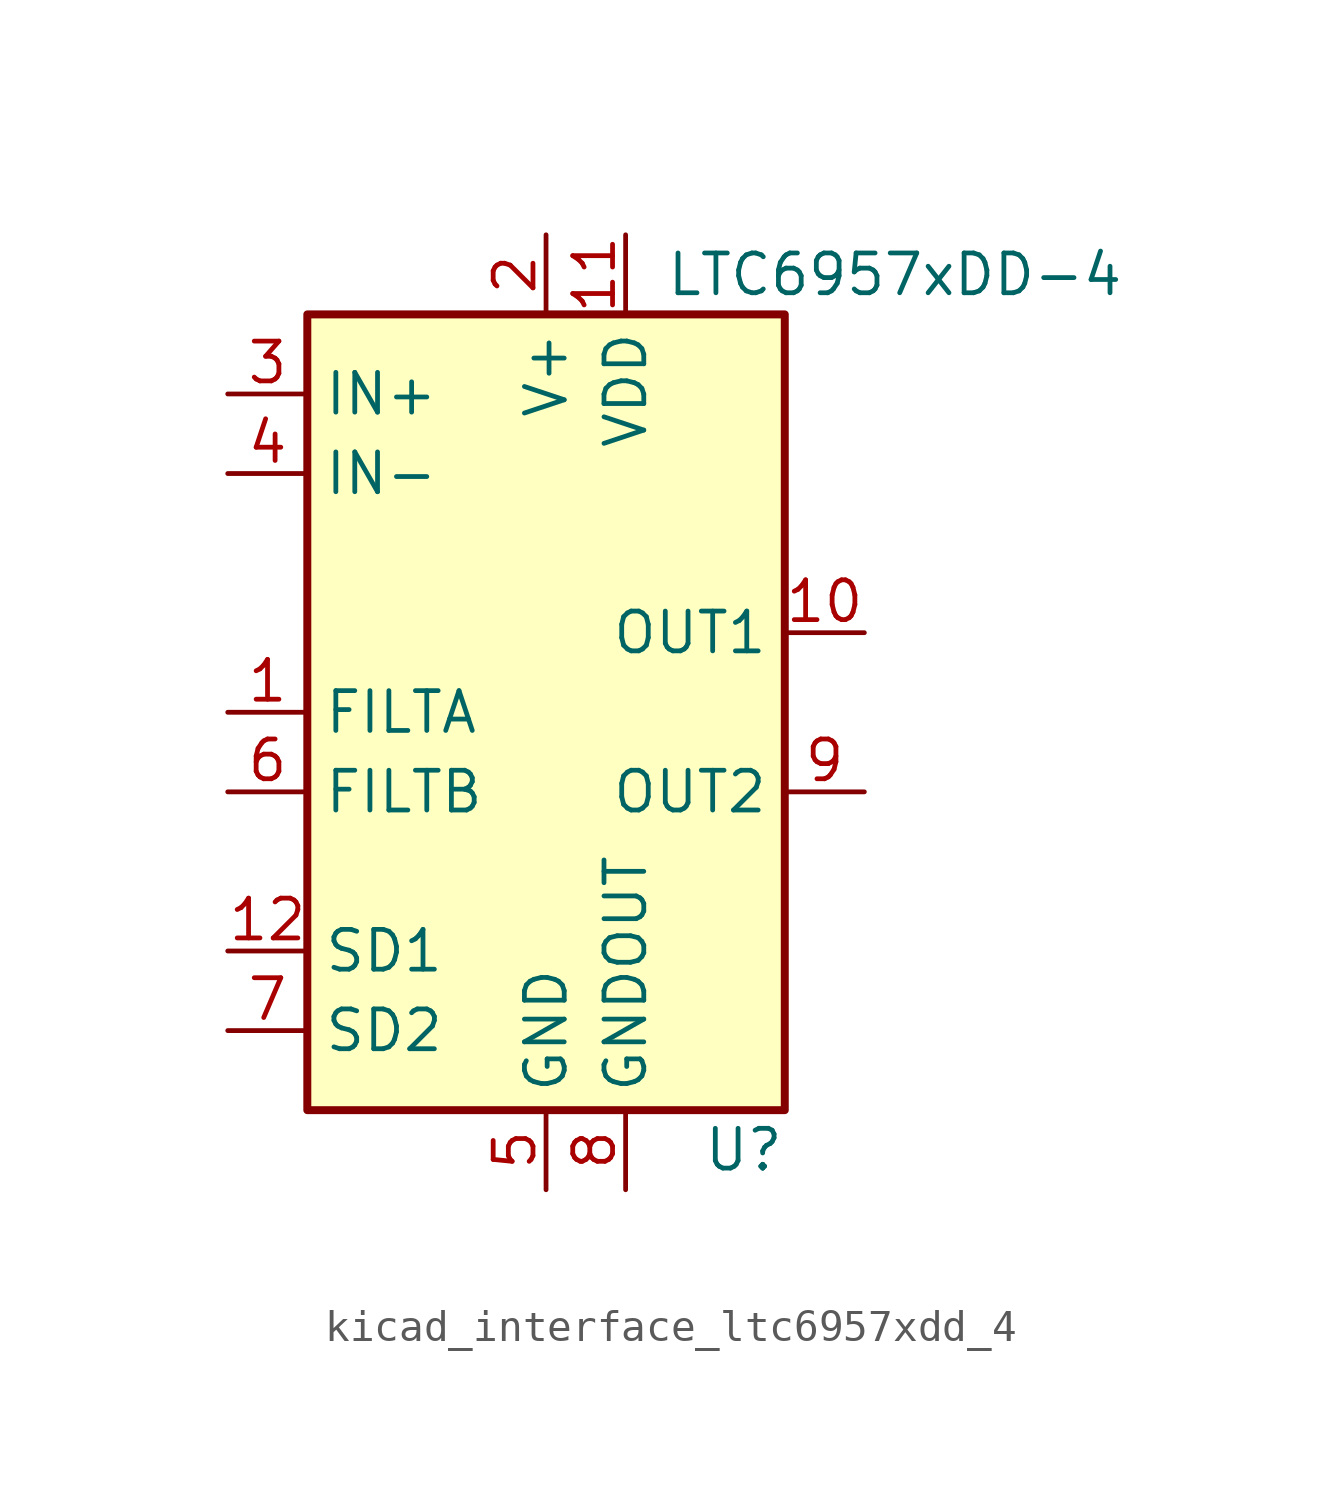
<source format=kicad_sym>
(kicad_symbol_lib
  (version 20220914)
  (generator kicad_symbol_editor)
  (symbol "kicad_interface_ltc6957xdd_4"
    (property "Reference" "U"
      (at 7.62 -13.97 0)
      (effects (font (size 1.27 1.27)) (justify right)))
    (property "Value" "LTC6957xDD-4"
      (at 3.81 13.97 0)
      (effects (font (size 1.27 1.27)) (justify left)))
    (symbol "kicad_interface_ltc6957xdd_4_0_1"
      (rectangle (start -7.62 12.7) (end 7.62 -12.7) (stroke (width 0.254) (type default)) (fill (type background))))
    (symbol "kicad_interface_ltc6957xdd_4_1_1"
      (pin input line (at -10.16 0 0) (length 2.54) (name "FILTA" (effects (font (size 1.27 1.27)))) (number "1" (effects (font (size 1.27 1.27)))))
      (pin output line (at 10.16 2.54 180) (length 2.54) (name "OUT1" (effects (font (size 1.27 1.27)))) (number "10" (effects (font (size 1.27 1.27)))))
      (pin power_in line (at 2.54 15.24 270) (length 2.54) (name "VDD" (effects (font (size 1.27 1.27)))) (number "11" (effects (font (size 1.27 1.27)))))
      (pin input line (at -10.16 -7.62 0) (length 2.54) (name "SD1" (effects (font (size 1.27 1.27)))) (number "12" (effects (font (size 1.27 1.27)))))
      (pin passive line (at 0 -15.24 90) (length 2.54) hide (name "GND" (effects (font (size 1.27 1.27)))) (number "13" (effects (font (size 1.27 1.27)))))
      (pin power_in line (at 0 15.24 270) (length 2.54) (name "V+" (effects (font (size 1.27 1.27)))) (number "2" (effects (font (size 1.27 1.27)))))
      (pin input line (at -10.16 10.16 0) (length 2.54) (name "IN+" (effects (font (size 1.27 1.27)))) (number "3" (effects (font (size 1.27 1.27)))))
      (pin input line (at -10.16 7.62 0) (length 2.54) (name "IN-" (effects (font (size 1.27 1.27)))) (number "4" (effects (font (size 1.27 1.27)))))
      (pin power_in line (at 0 -15.24 90) (length 2.54) (name "GND" (effects (font (size 1.27 1.27)))) (number "5" (effects (font (size 1.27 1.27)))))
      (pin input line (at -10.16 -2.54 0) (length 2.54) (name "FILTB" (effects (font (size 1.27 1.27)))) (number "6" (effects (font (size 1.27 1.27)))))
      (pin input line (at -10.16 -10.16 0) (length 2.54) (name "SD2" (effects (font (size 1.27 1.27)))) (number "7" (effects (font (size 1.27 1.27)))))
      (pin output line (at 2.54 -15.24 90) (length 2.54) (name "GNDOUT" (effects (font (size 1.27 1.27)))) (number "8" (effects (font (size 1.27 1.27)))))
      (pin output line (at 10.16 -2.54 180) (length 2.54) (name "OUT2" (effects (font (size 1.27 1.27)))) (number "9" (effects (font (size 1.27 1.27))))))))
</source>
